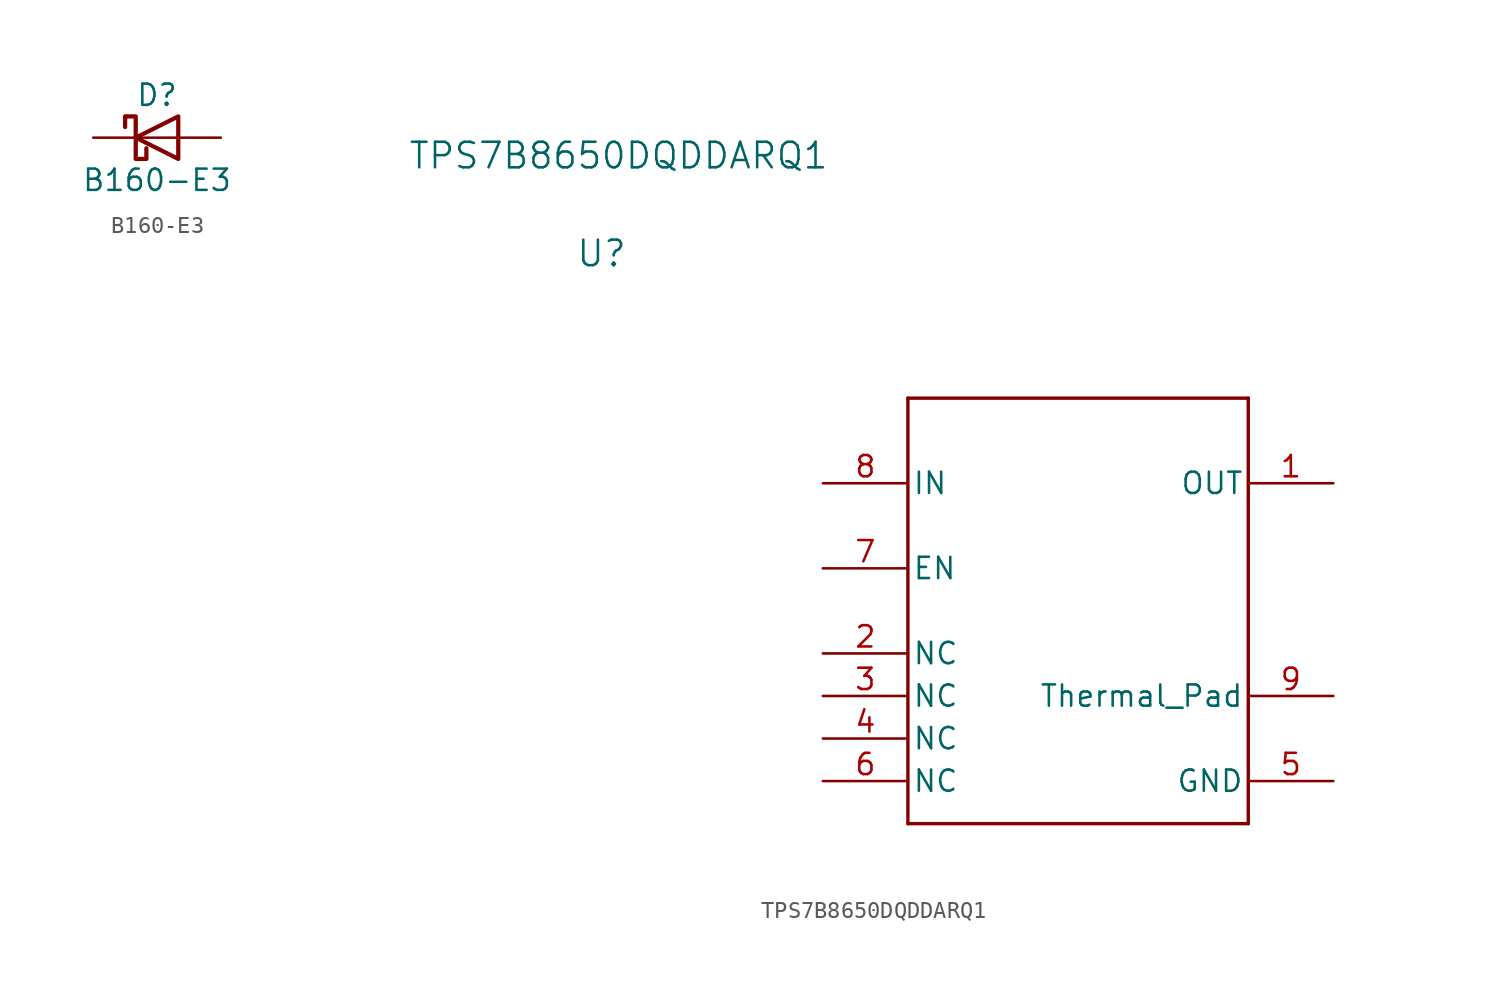
<source format=kicad_sym>
(kicad_symbol_lib
  (version 20241209)
  (generator "kicad_symbol_editor")
  (generator_version "9.0")
  (symbol "B160-E3"
    (pin_numbers
      (hide yes))
    (pin_names
      (hide yes))
    (property "Reference" "D"
      (at 0 2.54 0)
      (effects (font (size 1.27 1.27))))
    (property "Value" "B160-E3"
      (at 0 -2.54 0)
      (effects (font (size 1.27 1.27))))
    (symbol "B160-E3_0_1"
      (polyline (pts (xy -1.905 0.635) (xy -1.905 1.27) (xy -1.27 1.27) (xy -1.27 -1.27) (xy -0.635 -1.27) (xy -0.635 -0.635)) (stroke (width 0.254) (type default)) (fill (type none)))
      (polyline (pts (xy 1.27 1.27) (xy 1.27 -1.27) (xy -1.27 0) (xy 1.27 1.27)) (stroke (width 0.254) (type default)) (fill (type none)))
      (polyline (pts (xy 1.27 0) (xy -1.27 0)) (stroke (width 0) (type default)) (fill (type none))))
    (symbol "B160-E3_1_1"
      (pin passive line (at -3.81 0 0) (length 2.54) (name "K" (effects (font (size 1.27 1.27)))) (number "1" (effects (font (size 1.27 1.27)))))
      (pin passive line (at 3.81 0 180) (length 2.54) (name "A" (effects (font (size 1.27 1.27)))) (number "2" (effects (font (size 1.27 1.27)))))))
  (symbol "TPS7B8650DQDDARQ1"
    (pin_names
      (offset 0.254))
    (property "Reference" "U"
      (at -0.508 13.716 0)
      (effects (font (size 1.524 1.524))))
    (property "Value" "TPS7B8650DQDDARQ1"
      (at 0.508 19.558 0)
      (effects (font (size 1.524 1.524))))
    (property "ki_locked" ""
      (at 0 0 0)
      (effects (font (size 1.27 1.27))))
    (symbol "TPS7B8650DQDDARQ1_0_1"
      (polyline (pts (xy 17.78 5.08) (xy 17.78 -20.32)) (stroke (width 0.203) (type default)) (fill (type none)))
      (polyline (pts (xy 17.78 -20.32) (xy 38.1 -20.32)) (stroke (width 0.203) (type default)) (fill (type none)))
      (polyline (pts (xy 38.1 5.08) (xy 17.78 5.08)) (stroke (width 0.203) (type default)) (fill (type none)))
      (polyline (pts (xy 38.1 -20.32) (xy 38.1 5.08)) (stroke (width 0.203) (type default)) (fill (type none)))
      (pin power_in line (at 12.7 0 0) (length 5.08) (name "IN" (effects (font (size 1.27 1.27)))) (number "8" (effects (font (size 1.27 1.27)))))
      (pin input line (at 12.7 -5.08 0) (length 5.08) (name "EN" (effects (font (size 1.27 1.27)))) (number "7" (effects (font (size 1.27 1.27)))))
      (pin unspecified line (at 12.7 -10.16 0) (length 5.08) (name "NC" (effects (font (size 1.27 1.27)))) (number "2" (effects (font (size 1.27 1.27)))))
      (pin unspecified line (at 12.7 -12.7 0) (length 5.08) (name "NC" (effects (font (size 1.27 1.27)))) (number "3" (effects (font (size 1.27 1.27)))))
      (pin unspecified line (at 12.7 -15.24 0) (length 5.08) (name "NC" (effects (font (size 1.27 1.27)))) (number "4" (effects (font (size 1.27 1.27)))))
      (pin unspecified line (at 12.7 -17.78 0) (length 5.08) (name "NC" (effects (font (size 1.27 1.27)))) (number "6" (effects (font (size 1.27 1.27)))))
      (pin power_in line (at 43.18 0 180) (length 5.08) (name "OUT" (effects (font (size 1.27 1.27)))) (number "1" (effects (font (size 1.27 1.27)))))
      (pin power_in line (at 43.18 -12.7 180) (length 5.08) (name "Thermal_Pad" (effects (font (size 1.27 1.27)))) (number "9" (effects (font (size 1.27 1.27)))))
      (pin power_in line (at 43.18 -17.78 180) (length 5.08) (name "GND" (effects (font (size 1.27 1.27)))) (number "5" (effects (font (size 1.27 1.27))))))))
</source>
